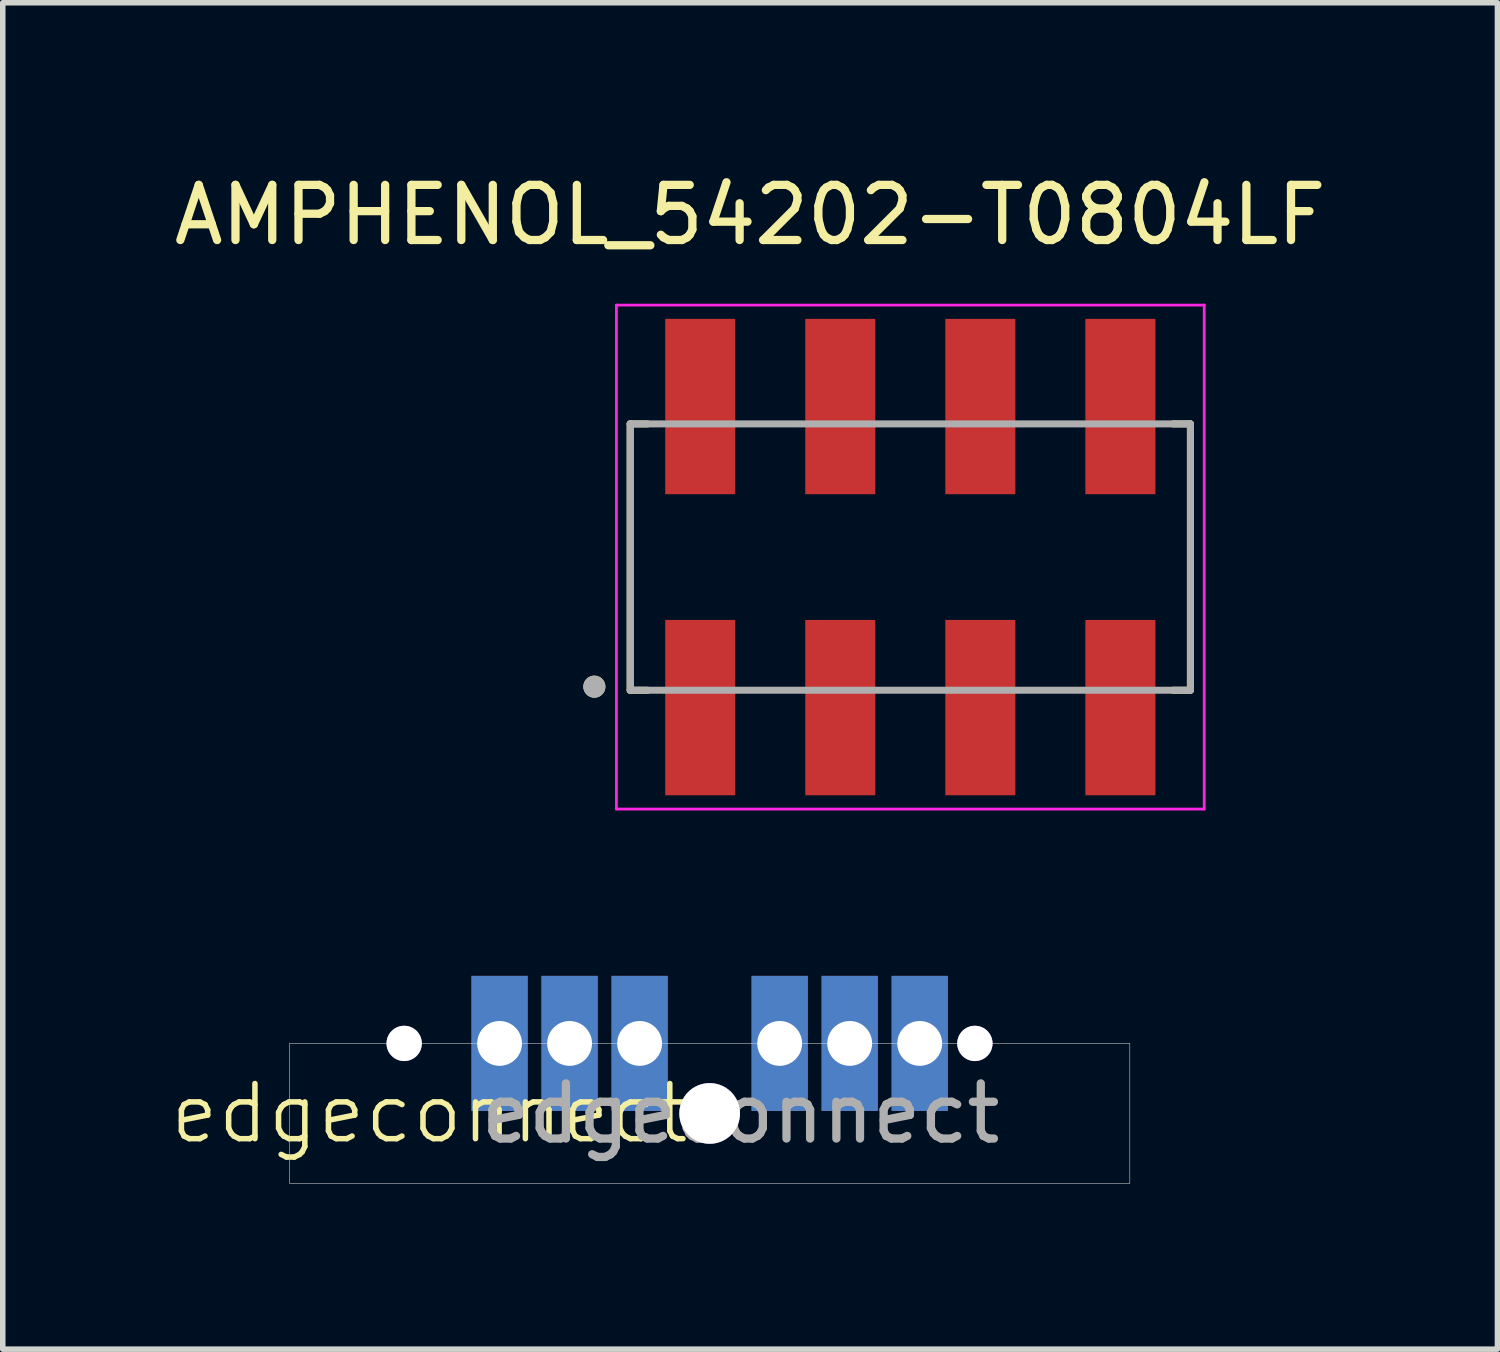
<source format=kicad_pcb>
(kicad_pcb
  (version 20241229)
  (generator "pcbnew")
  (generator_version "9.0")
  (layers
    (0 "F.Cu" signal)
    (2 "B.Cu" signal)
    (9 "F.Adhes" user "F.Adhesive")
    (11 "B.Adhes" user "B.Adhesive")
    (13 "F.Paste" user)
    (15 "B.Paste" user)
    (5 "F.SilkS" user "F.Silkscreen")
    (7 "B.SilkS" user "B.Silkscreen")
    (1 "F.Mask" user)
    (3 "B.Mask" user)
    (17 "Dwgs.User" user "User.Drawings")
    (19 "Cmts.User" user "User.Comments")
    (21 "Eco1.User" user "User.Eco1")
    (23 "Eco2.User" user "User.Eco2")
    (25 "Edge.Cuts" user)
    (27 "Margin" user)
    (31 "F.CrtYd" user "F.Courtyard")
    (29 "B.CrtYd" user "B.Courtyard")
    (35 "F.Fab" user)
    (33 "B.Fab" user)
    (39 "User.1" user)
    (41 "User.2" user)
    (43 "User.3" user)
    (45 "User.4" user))
  (footprint "AMPHENOL_54202-T0804LF"
    (layer "F.Cu")
    (at 13.459 7.053)
    (property "Reference" "AMPHENOL_54202-T0804LF" (at -2.905 -6.205 0) (layer "F.SilkS") (effects (font (size 1 1) (thickness 0.15))))
    (attr smd)
    (fp_line (start -5.08 -2.415) (end -4.765 -2.415) (stroke (width 0.127) (type solid)) (layer "F.SilkS"))
    (fp_line (start -5.08 2.415) (end -5.08 -2.415) (stroke (width 0.127) (type solid)) (layer "F.SilkS"))
    (fp_line (start -4.765 2.415) (end -5.08 2.415) (stroke (width 0.127) (type solid)) (layer "F.SilkS"))
    (fp_line (start 4.765 -2.415) (end 5.08 -2.415) (stroke (width 0.127) (type solid)) (layer "F.SilkS"))
    (fp_line (start 4.765 2.415) (end 5.08 2.415) (stroke (width 0.127) (type solid)) (layer "F.SilkS"))
    (fp_line (start 5.08 -2.415) (end 5.08 2.415) (stroke (width 0.127) (type solid)) (layer "F.SilkS"))
    (fp_circle (center -5.73 2.35) (end -5.63 2.35) (stroke (width 0.2) (type solid)) (fill no) (layer "F.SilkS"))
    (fp_line (start -5.33 -4.57) (end 5.33 -4.57) (stroke (width 0.05) (type solid)) (layer "F.CrtYd"))
    (fp_line (start -5.33 4.57) (end -5.33 -4.57) (stroke (width 0.05) (type solid)) (layer "F.CrtYd"))
    (fp_line (start 5.33 -4.57) (end 5.33 4.57) (stroke (width 0.05) (type solid)) (layer "F.CrtYd"))
    (fp_line (start 5.33 4.57) (end -5.33 4.57) (stroke (width 0.05) (type solid)) (layer "F.CrtYd"))
    (fp_line (start -5.08 -2.415) (end 5.08 -2.415) (stroke (width 0.127) (type solid)) (layer "F.Fab"))
    (fp_line (start -5.08 2.415) (end -5.08 -2.415) (stroke (width 0.127) (type solid)) (layer "F.Fab"))
    (fp_line (start -5.08 2.415) (end 5.08 2.415) (stroke (width 0.127) (type solid)) (layer "F.Fab"))
    (fp_line (start 5.08 -2.415) (end 5.08 2.415) (stroke (width 0.127) (type solid)) (layer "F.Fab"))
    (fp_circle (center -5.73 2.35) (end -5.63 2.35) (stroke (width 0.2) (type solid)) (fill no) (layer "F.Fab"))
    (pad "A1" smd rect (at -3.81 2.73) (size 1.27 3.18) (layers "F.Cu" "F.Mask" "F.Paste"))
    (pad "A2" smd rect (at -1.27 2.73) (size 1.27 3.18) (layers "F.Cu" "F.Mask" "F.Paste"))
    (pad "A3" smd rect (at 1.27 2.73) (size 1.27 3.18) (layers "F.Cu" "F.Mask" "F.Paste"))
    (pad "A4" smd rect (at 3.81 2.73) (size 1.27 3.18) (layers "F.Cu" "F.Mask" "F.Paste"))
    (pad "B1" smd rect (at -3.81 -2.73) (size 1.27 3.18) (layers "F.Cu" "F.Mask" "F.Paste"))
    (pad "B2" smd rect (at -1.27 -2.73) (size 1.27 3.18) (layers "F.Cu" "F.Mask" "F.Paste"))
    (pad "B3" smd rect (at 1.27 -2.73) (size 1.27 3.18) (layers "F.Cu" "F.Mask" "F.Paste"))
    (pad "B4" smd rect (at 3.81 -2.73) (size 1.27 3.18) (layers "F.Cu" "F.Mask" "F.Paste")))
  (footprint "edgeconnect"
    (layer "F.Cu")
    (at 9.82 17.143)
    (property "Reference" "edgeconnect" (at -5.08 0 0) (unlocked yes) (layer "F.SilkS") (effects (font (size 1 1) (thickness 0.1))))
    (attr through_hole)
    (fp_rect (start -7.62 -1.27) (end 7.62 1.27) (stroke (width 0.01) (type default)) (fill no) (layer "Edge.Cuts"))
    (fp_text user "${REFERENCE}" (at 0.56 0 0) (unlocked yes) (layer "F.Fab") (effects (font (size 1 1) (thickness 0.15))))
    (pad "" thru_hole circle (at -5.54 -1.27) (size 0.64 0.64) (drill 0.64) (layers "*.Mask"))
    (pad "" thru_hole circle (at 0 0) (size 1.1 1.1) (drill 1.1) (layers "*.Mask"))
    (pad "" thru_hole circle (at 4.81 -1.27) (size 0.64 0.64) (drill 0.64) (layers "*.Mask"))
    (pad "1" thru_hole rect (at 3.81 -1.27) (size 1.02 2.45) (drill 0.813) (property pad_prop_castellated) (layers "*.Cu" "*.Mask"))
    (pad "2" thru_hole rect (at 2.54 -1.27) (size 1.02 2.45) (drill 0.813) (property pad_prop_castellated) (layers "*.Cu" "*.Mask"))
    (pad "3" thru_hole rect (at 1.27 -1.27) (size 1.02 2.45) (drill 0.813) (property pad_prop_castellated) (layers "*.Cu" "*.Mask"))
    (pad "4" thru_hole rect (at -1.27 -1.27) (size 1.02 2.45) (drill 0.813) (property pad_prop_castellated) (layers "*.Cu" "*.Mask"))
    (pad "5" thru_hole rect (at -2.54 -1.27) (size 1.02 2.45) (drill 0.813) (property pad_prop_castellated) (layers "*.Cu" "*.Mask"))
    (pad "6" thru_hole rect (at -3.81 -1.27) (size 1.02 2.45) (drill 0.813) (property pad_prop_castellated) (layers "*.Cu" "*.Mask")))
  (gr_rect
    (start -3 -3)
    (end 24.107 21.418)
    (stroke (width 0.1) (type default))
    (fill no)
    (layer "Edge.Cuts")))
</source>
